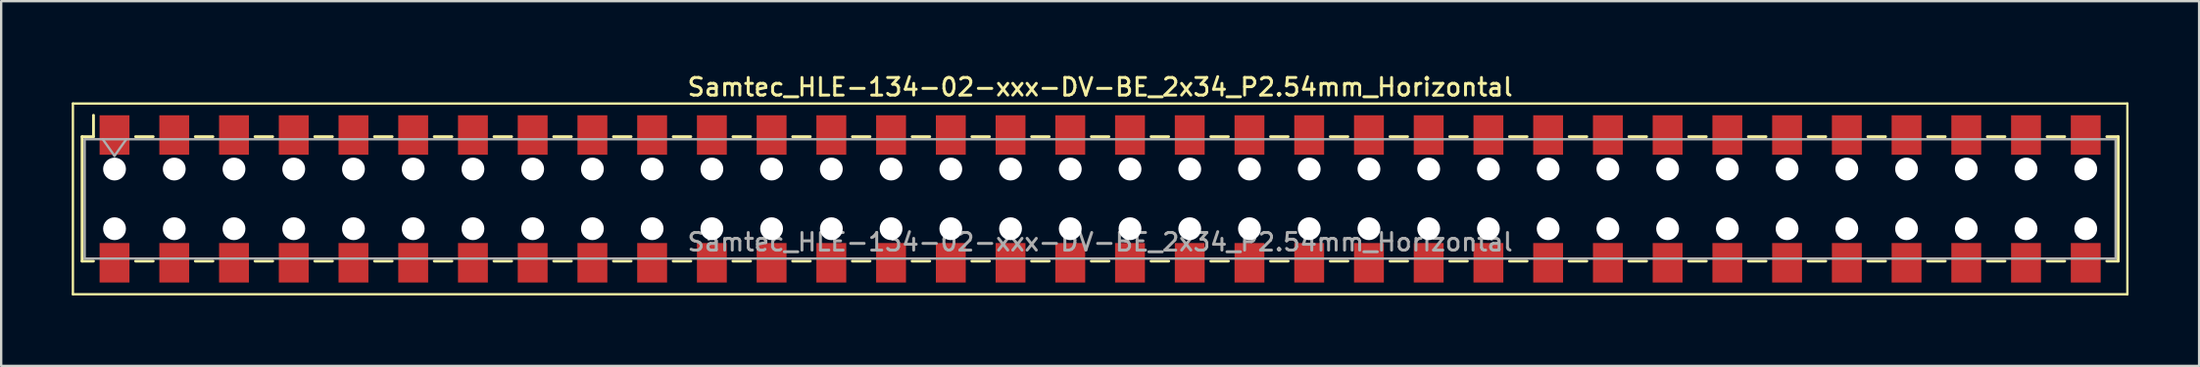
<source format=kicad_pcb>
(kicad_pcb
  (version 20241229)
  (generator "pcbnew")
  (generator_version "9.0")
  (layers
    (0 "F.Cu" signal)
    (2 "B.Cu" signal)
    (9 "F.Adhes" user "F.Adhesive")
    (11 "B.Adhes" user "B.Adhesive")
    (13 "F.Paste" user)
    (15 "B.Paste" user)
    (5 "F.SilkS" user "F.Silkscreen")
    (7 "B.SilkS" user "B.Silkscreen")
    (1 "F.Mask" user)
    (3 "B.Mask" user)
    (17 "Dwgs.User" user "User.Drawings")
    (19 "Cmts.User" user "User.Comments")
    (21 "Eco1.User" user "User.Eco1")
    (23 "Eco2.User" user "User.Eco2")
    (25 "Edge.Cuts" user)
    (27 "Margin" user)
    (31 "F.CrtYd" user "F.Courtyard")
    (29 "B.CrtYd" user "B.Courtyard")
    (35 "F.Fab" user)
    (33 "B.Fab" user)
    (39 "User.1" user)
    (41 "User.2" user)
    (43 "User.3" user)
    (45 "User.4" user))
  (footprint "Samtec_HLE-134-02-xxx-DV-BE_2x34_P2.54mm_Horizontal"
    (layer "F.Cu")
    (at 43.73 5.418)
    (property "Reference" "Samtec_HLE-134-02-xxx-DV-BE_2x34_P2.54mm_Horizontal" (at 0 -4.76 0) (layer "F.SilkS") (effects (font (size 0.75 0.75) (thickness 0.125))))
    (attr smd)
    (fp_line (start -43.68 -4.06) (end 43.68 -4.06) (stroke (width 0.1) (type solid)) (layer "F.SilkS"))
    (fp_line (start -43.68 4.06) (end -43.68 -4.06) (stroke (width 0.1) (type solid)) (layer "F.SilkS"))
    (fp_line (start -43.29 -2.65) (end -43.29 2.65) (stroke (width 0.12) (type solid)) (layer "F.SilkS"))
    (fp_line (start -43.29 2.65) (end -42.805 2.65) (stroke (width 0.12) (type solid)) (layer "F.SilkS"))
    (fp_line (start -42.805 -3.56) (end -42.805 -2.65) (stroke (width 0.12) (type solid)) (layer "F.SilkS"))
    (fp_line (start -42.805 -2.65) (end -43.29 -2.65) (stroke (width 0.12) (type solid)) (layer "F.SilkS"))
    (fp_line (start -41.015 -2.65) (end -40.265 -2.65) (stroke (width 0.12) (type solid)) (layer "F.SilkS"))
    (fp_line (start -41.015 2.65) (end -40.265 2.65) (stroke (width 0.12) (type solid)) (layer "F.SilkS"))
    (fp_line (start -38.475 -2.65) (end -37.725 -2.65) (stroke (width 0.12) (type solid)) (layer "F.SilkS"))
    (fp_line (start -38.475 2.65) (end -37.725 2.65) (stroke (width 0.12) (type solid)) (layer "F.SilkS"))
    (fp_line (start -35.935 -2.65) (end -35.185 -2.65) (stroke (width 0.12) (type solid)) (layer "F.SilkS"))
    (fp_line (start -35.935 2.65) (end -35.185 2.65) (stroke (width 0.12) (type solid)) (layer "F.SilkS"))
    (fp_line (start -33.395 -2.65) (end -32.645 -2.65) (stroke (width 0.12) (type solid)) (layer "F.SilkS"))
    (fp_line (start -33.395 2.65) (end -32.645 2.65) (stroke (width 0.12) (type solid)) (layer "F.SilkS"))
    (fp_line (start -30.855 -2.65) (end -30.105 -2.65) (stroke (width 0.12) (type solid)) (layer "F.SilkS"))
    (fp_line (start -30.855 2.65) (end -30.105 2.65) (stroke (width 0.12) (type solid)) (layer "F.SilkS"))
    (fp_line (start -28.315 -2.65) (end -27.565 -2.65) (stroke (width 0.12) (type solid)) (layer "F.SilkS"))
    (fp_line (start -28.315 2.65) (end -27.565 2.65) (stroke (width 0.12) (type solid)) (layer "F.SilkS"))
    (fp_line (start -25.775 -2.65) (end -25.025 -2.65) (stroke (width 0.12) (type solid)) (layer "F.SilkS"))
    (fp_line (start -25.775 2.65) (end -25.025 2.65) (stroke (width 0.12) (type solid)) (layer "F.SilkS"))
    (fp_line (start -23.235 -2.65) (end -22.485 -2.65) (stroke (width 0.12) (type solid)) (layer "F.SilkS"))
    (fp_line (start -23.235 2.65) (end -22.485 2.65) (stroke (width 0.12) (type solid)) (layer "F.SilkS"))
    (fp_line (start -20.695 -2.65) (end -19.945 -2.65) (stroke (width 0.12) (type solid)) (layer "F.SilkS"))
    (fp_line (start -20.695 2.65) (end -19.945 2.65) (stroke (width 0.12) (type solid)) (layer "F.SilkS"))
    (fp_line (start -18.155 -2.65) (end -17.405 -2.65) (stroke (width 0.12) (type solid)) (layer "F.SilkS"))
    (fp_line (start -18.155 2.65) (end -17.405 2.65) (stroke (width 0.12) (type solid)) (layer "F.SilkS"))
    (fp_line (start -15.615 -2.65) (end -14.865 -2.65) (stroke (width 0.12) (type solid)) (layer "F.SilkS"))
    (fp_line (start -15.615 2.65) (end -14.865 2.65) (stroke (width 0.12) (type solid)) (layer "F.SilkS"))
    (fp_line (start -13.075 -2.65) (end -12.325 -2.65) (stroke (width 0.12) (type solid)) (layer "F.SilkS"))
    (fp_line (start -13.075 2.65) (end -12.325 2.65) (stroke (width 0.12) (type solid)) (layer "F.SilkS"))
    (fp_line (start -10.535 -2.65) (end -9.785 -2.65) (stroke (width 0.12) (type solid)) (layer "F.SilkS"))
    (fp_line (start -10.535 2.65) (end -9.785 2.65) (stroke (width 0.12) (type solid)) (layer "F.SilkS"))
    (fp_line (start -7.995 -2.65) (end -7.245 -2.65) (stroke (width 0.12) (type solid)) (layer "F.SilkS"))
    (fp_line (start -7.995 2.65) (end -7.245 2.65) (stroke (width 0.12) (type solid)) (layer "F.SilkS"))
    (fp_line (start -5.455 -2.65) (end -4.705 -2.65) (stroke (width 0.12) (type solid)) (layer "F.SilkS"))
    (fp_line (start -5.455 2.65) (end -4.705 2.65) (stroke (width 0.12) (type solid)) (layer "F.SilkS"))
    (fp_line (start -2.915 -2.65) (end -2.165 -2.65) (stroke (width 0.12) (type solid)) (layer "F.SilkS"))
    (fp_line (start -2.915 2.65) (end -2.165 2.65) (stroke (width 0.12) (type solid)) (layer "F.SilkS"))
    (fp_line (start -0.375 -2.65) (end 0.375 -2.65) (stroke (width 0.12) (type solid)) (layer "F.SilkS"))
    (fp_line (start -0.375 2.65) (end 0.375 2.65) (stroke (width 0.12) (type solid)) (layer "F.SilkS"))
    (fp_line (start 2.165 -2.65) (end 2.915 -2.65) (stroke (width 0.12) (type solid)) (layer "F.SilkS"))
    (fp_line (start 2.165 2.65) (end 2.915 2.65) (stroke (width 0.12) (type solid)) (layer "F.SilkS"))
    (fp_line (start 4.705 -2.65) (end 5.455 -2.65) (stroke (width 0.12) (type solid)) (layer "F.SilkS"))
    (fp_line (start 4.705 2.65) (end 5.455 2.65) (stroke (width 0.12) (type solid)) (layer "F.SilkS"))
    (fp_line (start 7.245 -2.65) (end 7.995 -2.65) (stroke (width 0.12) (type solid)) (layer "F.SilkS"))
    (fp_line (start 7.245 2.65) (end 7.995 2.65) (stroke (width 0.12) (type solid)) (layer "F.SilkS"))
    (fp_line (start 9.785 -2.65) (end 10.535 -2.65) (stroke (width 0.12) (type solid)) (layer "F.SilkS"))
    (fp_line (start 9.785 2.65) (end 10.535 2.65) (stroke (width 0.12) (type solid)) (layer "F.SilkS"))
    (fp_line (start 12.325 -2.65) (end 13.075 -2.65) (stroke (width 0.12) (type solid)) (layer "F.SilkS"))
    (fp_line (start 12.325 2.65) (end 13.075 2.65) (stroke (width 0.12) (type solid)) (layer "F.SilkS"))
    (fp_line (start 14.865 -2.65) (end 15.615 -2.65) (stroke (width 0.12) (type solid)) (layer "F.SilkS"))
    (fp_line (start 14.865 2.65) (end 15.615 2.65) (stroke (width 0.12) (type solid)) (layer "F.SilkS"))
    (fp_line (start 17.405 -2.65) (end 18.155 -2.65) (stroke (width 0.12) (type solid)) (layer "F.SilkS"))
    (fp_line (start 17.405 2.65) (end 18.155 2.65) (stroke (width 0.12) (type solid)) (layer "F.SilkS"))
    (fp_line (start 19.945 -2.65) (end 20.695 -2.65) (stroke (width 0.12) (type solid)) (layer "F.SilkS"))
    (fp_line (start 19.945 2.65) (end 20.695 2.65) (stroke (width 0.12) (type solid)) (layer "F.SilkS"))
    (fp_line (start 22.485 -2.65) (end 23.235 -2.65) (stroke (width 0.12) (type solid)) (layer "F.SilkS"))
    (fp_line (start 22.485 2.65) (end 23.235 2.65) (stroke (width 0.12) (type solid)) (layer "F.SilkS"))
    (fp_line (start 25.025 -2.65) (end 25.775 -2.65) (stroke (width 0.12) (type solid)) (layer "F.SilkS"))
    (fp_line (start 25.025 2.65) (end 25.775 2.65) (stroke (width 0.12) (type solid)) (layer "F.SilkS"))
    (fp_line (start 27.565 -2.65) (end 28.315 -2.65) (stroke (width 0.12) (type solid)) (layer "F.SilkS"))
    (fp_line (start 27.565 2.65) (end 28.315 2.65) (stroke (width 0.12) (type solid)) (layer "F.SilkS"))
    (fp_line (start 30.105 -2.65) (end 30.855 -2.65) (stroke (width 0.12) (type solid)) (layer "F.SilkS"))
    (fp_line (start 30.105 2.65) (end 30.855 2.65) (stroke (width 0.12) (type solid)) (layer "F.SilkS"))
    (fp_line (start 32.645 -2.65) (end 33.395 -2.65) (stroke (width 0.12) (type solid)) (layer "F.SilkS"))
    (fp_line (start 32.645 2.65) (end 33.395 2.65) (stroke (width 0.12) (type solid)) (layer "F.SilkS"))
    (fp_line (start 35.185 -2.65) (end 35.935 -2.65) (stroke (width 0.12) (type solid)) (layer "F.SilkS"))
    (fp_line (start 35.185 2.65) (end 35.935 2.65) (stroke (width 0.12) (type solid)) (layer "F.SilkS"))
    (fp_line (start 37.725 -2.65) (end 38.475 -2.65) (stroke (width 0.12) (type solid)) (layer "F.SilkS"))
    (fp_line (start 37.725 2.65) (end 38.475 2.65) (stroke (width 0.12) (type solid)) (layer "F.SilkS"))
    (fp_line (start 40.265 -2.65) (end 41.015 -2.65) (stroke (width 0.12) (type solid)) (layer "F.SilkS"))
    (fp_line (start 40.265 2.65) (end 41.015 2.65) (stroke (width 0.12) (type solid)) (layer "F.SilkS"))
    (fp_line (start 42.805 -2.65) (end 43.29 -2.65) (stroke (width 0.12) (type solid)) (layer "F.SilkS"))
    (fp_line (start 43.29 -2.65) (end 43.29 2.65) (stroke (width 0.12) (type solid)) (layer "F.SilkS"))
    (fp_line (start 43.29 2.65) (end 42.805 2.65) (stroke (width 0.12) (type solid)) (layer "F.SilkS"))
    (fp_line (start 43.68 -4.06) (end 43.68 4.06) (stroke (width 0.1) (type solid)) (layer "F.SilkS"))
    (fp_line (start 43.68 4.06) (end -43.68 4.06) (stroke (width 0.1) (type solid)) (layer "F.SilkS"))
    (fp_line (start -43.18 -2.54) (end 43.18 -2.54) (stroke (width 0.1) (type solid)) (layer "F.Fab"))
    (fp_line (start -43.18 2.54) (end -43.18 -2.54) (stroke (width 0.1) (type solid)) (layer "F.Fab"))
    (fp_line (start -42.41 -2.54) (end -41.91 -1.833) (stroke (width 0.1) (type solid)) (layer "F.Fab"))
    (fp_line (start -41.91 -1.833) (end -41.41 -2.54) (stroke (width 0.1) (type solid)) (layer "F.Fab"))
    (fp_line (start 43.18 -2.54) (end 43.18 2.54) (stroke (width 0.1) (type solid)) (layer "F.Fab"))
    (fp_line (start 43.18 2.54) (end -43.18 2.54) (stroke (width 0.1) (type solid)) (layer "F.Fab"))
    (fp_text user "${REFERENCE}" (at 0 1.84 0) (layer "F.Fab") (effects (font (size 0.75 0.75) (thickness 0.125))))
    (pad "" np_thru_hole circle (at -41.91 -1.27) (size 0.97 0.97) (drill 0.97) (layers "*.Cu" "*.Mask"))
    (pad "" np_thru_hole circle (at -41.91 1.27) (size 0.97 0.97) (drill 0.97) (layers "*.Cu" "*.Mask"))
    (pad "" np_thru_hole circle (at -39.37 -1.27) (size 0.97 0.97) (drill 0.97) (layers "*.Cu" "*.Mask"))
    (pad "" np_thru_hole circle (at -39.37 1.27) (size 0.97 0.97) (drill 0.97) (layers "*.Cu" "*.Mask"))
    (pad "" np_thru_hole circle (at -36.83 -1.27) (size 0.97 0.97) (drill 0.97) (layers "*.Cu" "*.Mask"))
    (pad "" np_thru_hole circle (at -36.83 1.27) (size 0.97 0.97) (drill 0.97) (layers "*.Cu" "*.Mask"))
    (pad "" np_thru_hole circle (at -34.29 -1.27) (size 0.97 0.97) (drill 0.97) (layers "*.Cu" "*.Mask"))
    (pad "" np_thru_hole circle (at -34.29 1.27) (size 0.97 0.97) (drill 0.97) (layers "*.Cu" "*.Mask"))
    (pad "" np_thru_hole circle (at -31.75 -1.27) (size 0.97 0.97) (drill 0.97) (layers "*.Cu" "*.Mask"))
    (pad "" np_thru_hole circle (at -31.75 1.27) (size 0.97 0.97) (drill 0.97) (layers "*.Cu" "*.Mask"))
    (pad "" np_thru_hole circle (at -29.21 -1.27) (size 0.97 0.97) (drill 0.97) (layers "*.Cu" "*.Mask"))
    (pad "" np_thru_hole circle (at -29.21 1.27) (size 0.97 0.97) (drill 0.97) (layers "*.Cu" "*.Mask"))
    (pad "" np_thru_hole circle (at -26.67 -1.27) (size 0.97 0.97) (drill 0.97) (layers "*.Cu" "*.Mask"))
    (pad "" np_thru_hole circle (at -26.67 1.27) (size 0.97 0.97) (drill 0.97) (layers "*.Cu" "*.Mask"))
    (pad "" np_thru_hole circle (at -24.13 -1.27) (size 0.97 0.97) (drill 0.97) (layers "*.Cu" "*.Mask"))
    (pad "" np_thru_hole circle (at -24.13 1.27) (size 0.97 0.97) (drill 0.97) (layers "*.Cu" "*.Mask"))
    (pad "" np_thru_hole circle (at -21.59 -1.27) (size 0.97 0.97) (drill 0.97) (layers "*.Cu" "*.Mask"))
    (pad "" np_thru_hole circle (at -21.59 1.27) (size 0.97 0.97) (drill 0.97) (layers "*.Cu" "*.Mask"))
    (pad "" np_thru_hole circle (at -19.05 -1.27) (size 0.97 0.97) (drill 0.97) (layers "*.Cu" "*.Mask"))
    (pad "" np_thru_hole circle (at -19.05 1.27) (size 0.97 0.97) (drill 0.97) (layers "*.Cu" "*.Mask"))
    (pad "" np_thru_hole circle (at -16.51 -1.27) (size 0.97 0.97) (drill 0.97) (layers "*.Cu" "*.Mask"))
    (pad "" np_thru_hole circle (at -16.51 1.27) (size 0.97 0.97) (drill 0.97) (layers "*.Cu" "*.Mask"))
    (pad "" np_thru_hole circle (at -13.97 -1.27) (size 0.97 0.97) (drill 0.97) (layers "*.Cu" "*.Mask"))
    (pad "" np_thru_hole circle (at -13.97 1.27) (size 0.97 0.97) (drill 0.97) (layers "*.Cu" "*.Mask"))
    (pad "" np_thru_hole circle (at -11.43 -1.27) (size 0.97 0.97) (drill 0.97) (layers "*.Cu" "*.Mask"))
    (pad "" np_thru_hole circle (at -11.43 1.27) (size 0.97 0.97) (drill 0.97) (layers "*.Cu" "*.Mask"))
    (pad "" np_thru_hole circle (at -8.89 -1.27) (size 0.97 0.97) (drill 0.97) (layers "*.Cu" "*.Mask"))
    (pad "" np_thru_hole circle (at -8.89 1.27) (size 0.97 0.97) (drill 0.97) (layers "*.Cu" "*.Mask"))
    (pad "" np_thru_hole circle (at -6.35 -1.27) (size 0.97 0.97) (drill 0.97) (layers "*.Cu" "*.Mask"))
    (pad "" np_thru_hole circle (at -6.35 1.27) (size 0.97 0.97) (drill 0.97) (layers "*.Cu" "*.Mask"))
    (pad "" np_thru_hole circle (at -3.81 -1.27) (size 0.97 0.97) (drill 0.97) (layers "*.Cu" "*.Mask"))
    (pad "" np_thru_hole circle (at -3.81 1.27) (size 0.97 0.97) (drill 0.97) (layers "*.Cu" "*.Mask"))
    (pad "" np_thru_hole circle (at -1.27 -1.27) (size 0.97 0.97) (drill 0.97) (layers "*.Cu" "*.Mask"))
    (pad "" np_thru_hole circle (at -1.27 1.27) (size 0.97 0.97) (drill 0.97) (layers "*.Cu" "*.Mask"))
    (pad "" np_thru_hole circle (at 1.27 -1.27) (size 0.97 0.97) (drill 0.97) (layers "*.Cu" "*.Mask"))
    (pad "" np_thru_hole circle (at 1.27 1.27) (size 0.97 0.97) (drill 0.97) (layers "*.Cu" "*.Mask"))
    (pad "" np_thru_hole circle (at 3.81 -1.27) (size 0.97 0.97) (drill 0.97) (layers "*.Cu" "*.Mask"))
    (pad "" np_thru_hole circle (at 3.81 1.27) (size 0.97 0.97) (drill 0.97) (layers "*.Cu" "*.Mask"))
    (pad "" np_thru_hole circle (at 6.35 -1.27) (size 0.97 0.97) (drill 0.97) (layers "*.Cu" "*.Mask"))
    (pad "" np_thru_hole circle (at 6.35 1.27) (size 0.97 0.97) (drill 0.97) (layers "*.Cu" "*.Mask"))
    (pad "" np_thru_hole circle (at 8.89 -1.27) (size 0.97 0.97) (drill 0.97) (layers "*.Cu" "*.Mask"))
    (pad "" np_thru_hole circle (at 8.89 1.27) (size 0.97 0.97) (drill 0.97) (layers "*.Cu" "*.Mask"))
    (pad "" np_thru_hole circle (at 11.43 -1.27) (size 0.97 0.97) (drill 0.97) (layers "*.Cu" "*.Mask"))
    (pad "" np_thru_hole circle (at 11.43 1.27) (size 0.97 0.97) (drill 0.97) (layers "*.Cu" "*.Mask"))
    (pad "" np_thru_hole circle (at 13.97 -1.27) (size 0.97 0.97) (drill 0.97) (layers "*.Cu" "*.Mask"))
    (pad "" np_thru_hole circle (at 13.97 1.27) (size 0.97 0.97) (drill 0.97) (layers "*.Cu" "*.Mask"))
    (pad "" np_thru_hole circle (at 16.51 -1.27) (size 0.97 0.97) (drill 0.97) (layers "*.Cu" "*.Mask"))
    (pad "" np_thru_hole circle (at 16.51 1.27) (size 0.97 0.97) (drill 0.97) (layers "*.Cu" "*.Mask"))
    (pad "" np_thru_hole circle (at 19.05 -1.27) (size 0.97 0.97) (drill 0.97) (layers "*.Cu" "*.Mask"))
    (pad "" np_thru_hole circle (at 19.05 1.27) (size 0.97 0.97) (drill 0.97) (layers "*.Cu" "*.Mask"))
    (pad "" np_thru_hole circle (at 21.59 -1.27) (size 0.97 0.97) (drill 0.97) (layers "*.Cu" "*.Mask"))
    (pad "" np_thru_hole circle (at 21.59 1.27) (size 0.97 0.97) (drill 0.97) (layers "*.Cu" "*.Mask"))
    (pad "" np_thru_hole circle (at 24.13 -1.27) (size 0.97 0.97) (drill 0.97) (layers "*.Cu" "*.Mask"))
    (pad "" np_thru_hole circle (at 24.13 1.27) (size 0.97 0.97) (drill 0.97) (layers "*.Cu" "*.Mask"))
    (pad "" np_thru_hole circle (at 26.67 -1.27) (size 0.97 0.97) (drill 0.97) (layers "*.Cu" "*.Mask"))
    (pad "" np_thru_hole circle (at 26.67 1.27) (size 0.97 0.97) (drill 0.97) (layers "*.Cu" "*.Mask"))
    (pad "" np_thru_hole circle (at 29.21 -1.27) (size 0.97 0.97) (drill 0.97) (layers "*.Cu" "*.Mask"))
    (pad "" np_thru_hole circle (at 29.21 1.27) (size 0.97 0.97) (drill 0.97) (layers "*.Cu" "*.Mask"))
    (pad "" np_thru_hole circle (at 31.75 -1.27) (size 0.97 0.97) (drill 0.97) (layers "*.Cu" "*.Mask"))
    (pad "" np_thru_hole circle (at 31.75 1.27) (size 0.97 0.97) (drill 0.97) (layers "*.Cu" "*.Mask"))
    (pad "" np_thru_hole circle (at 34.29 -1.27) (size 0.97 0.97) (drill 0.97) (layers "*.Cu" "*.Mask"))
    (pad "" np_thru_hole circle (at 34.29 1.27) (size 0.97 0.97) (drill 0.97) (layers "*.Cu" "*.Mask"))
    (pad "" np_thru_hole circle (at 36.83 -1.27) (size 0.97 0.97) (drill 0.97) (layers "*.Cu" "*.Mask"))
    (pad "" np_thru_hole circle (at 36.83 1.27) (size 0.97 0.97) (drill 0.97) (layers "*.Cu" "*.Mask"))
    (pad "" np_thru_hole circle (at 39.37 -1.27) (size 0.97 0.97) (drill 0.97) (layers "*.Cu" "*.Mask"))
    (pad "" np_thru_hole circle (at 39.37 1.27) (size 0.97 0.97) (drill 0.97) (layers "*.Cu" "*.Mask"))
    (pad "" np_thru_hole circle (at 41.91 -1.27) (size 0.97 0.97) (drill 0.97) (layers "*.Cu" "*.Mask"))
    (pad "" np_thru_hole circle (at 41.91 1.27) (size 0.97 0.97) (drill 0.97) (layers "*.Cu" "*.Mask"))
    (pad "1" smd rect (at -41.91 -2.72) (size 1.27 1.68) (layers "F.Cu" "F.Mask" "F.Paste"))
    (pad "2" smd rect (at -41.91 2.72) (size 1.27 1.68) (layers "F.Cu" "F.Mask" "F.Paste"))
    (pad "3" smd rect (at -39.37 -2.72) (size 1.27 1.68) (layers "F.Cu" "F.Mask" "F.Paste"))
    (pad "4" smd rect (at -39.37 2.72) (size 1.27 1.68) (layers "F.Cu" "F.Mask" "F.Paste"))
    (pad "5" smd rect (at -36.83 -2.72) (size 1.27 1.68) (layers "F.Cu" "F.Mask" "F.Paste"))
    (pad "6" smd rect (at -36.83 2.72) (size 1.27 1.68) (layers "F.Cu" "F.Mask" "F.Paste"))
    (pad "7" smd rect (at -34.29 -2.72) (size 1.27 1.68) (layers "F.Cu" "F.Mask" "F.Paste"))
    (pad "8" smd rect (at -34.29 2.72) (size 1.27 1.68) (layers "F.Cu" "F.Mask" "F.Paste"))
    (pad "9" smd rect (at -31.75 -2.72) (size 1.27 1.68) (layers "F.Cu" "F.Mask" "F.Paste"))
    (pad "10" smd rect (at -31.75 2.72) (size 1.27 1.68) (layers "F.Cu" "F.Mask" "F.Paste"))
    (pad "11" smd rect (at -29.21 -2.72) (size 1.27 1.68) (layers "F.Cu" "F.Mask" "F.Paste"))
    (pad "12" smd rect (at -29.21 2.72) (size 1.27 1.68) (layers "F.Cu" "F.Mask" "F.Paste"))
    (pad "13" smd rect (at -26.67 -2.72) (size 1.27 1.68) (layers "F.Cu" "F.Mask" "F.Paste"))
    (pad "14" smd rect (at -26.67 2.72) (size 1.27 1.68) (layers "F.Cu" "F.Mask" "F.Paste"))
    (pad "15" smd rect (at -24.13 -2.72) (size 1.27 1.68) (layers "F.Cu" "F.Mask" "F.Paste"))
    (pad "16" smd rect (at -24.13 2.72) (size 1.27 1.68) (layers "F.Cu" "F.Mask" "F.Paste"))
    (pad "17" smd rect (at -21.59 -2.72) (size 1.27 1.68) (layers "F.Cu" "F.Mask" "F.Paste"))
    (pad "18" smd rect (at -21.59 2.72) (size 1.27 1.68) (layers "F.Cu" "F.Mask" "F.Paste"))
    (pad "19" smd rect (at -19.05 -2.72) (size 1.27 1.68) (layers "F.Cu" "F.Mask" "F.Paste"))
    (pad "20" smd rect (at -19.05 2.72) (size 1.27 1.68) (layers "F.Cu" "F.Mask" "F.Paste"))
    (pad "21" smd rect (at -16.51 -2.72) (size 1.27 1.68) (layers "F.Cu" "F.Mask" "F.Paste"))
    (pad "22" smd rect (at -16.51 2.72) (size 1.27 1.68) (layers "F.Cu" "F.Mask" "F.Paste"))
    (pad "23" smd rect (at -13.97 -2.72) (size 1.27 1.68) (layers "F.Cu" "F.Mask" "F.Paste"))
    (pad "24" smd rect (at -13.97 2.72) (size 1.27 1.68) (layers "F.Cu" "F.Mask" "F.Paste"))
    (pad "25" smd rect (at -11.43 -2.72) (size 1.27 1.68) (layers "F.Cu" "F.Mask" "F.Paste"))
    (pad "26" smd rect (at -11.43 2.72) (size 1.27 1.68) (layers "F.Cu" "F.Mask" "F.Paste"))
    (pad "27" smd rect (at -8.89 -2.72) (size 1.27 1.68) (layers "F.Cu" "F.Mask" "F.Paste"))
    (pad "28" smd rect (at -8.89 2.72) (size 1.27 1.68) (layers "F.Cu" "F.Mask" "F.Paste"))
    (pad "29" smd rect (at -6.35 -2.72) (size 1.27 1.68) (layers "F.Cu" "F.Mask" "F.Paste"))
    (pad "30" smd rect (at -6.35 2.72) (size 1.27 1.68) (layers "F.Cu" "F.Mask" "F.Paste"))
    (pad "31" smd rect (at -3.81 -2.72) (size 1.27 1.68) (layers "F.Cu" "F.Mask" "F.Paste"))
    (pad "32" smd rect (at -3.81 2.72) (size 1.27 1.68) (layers "F.Cu" "F.Mask" "F.Paste"))
    (pad "33" smd rect (at -1.27 -2.72) (size 1.27 1.68) (layers "F.Cu" "F.Mask" "F.Paste"))
    (pad "34" smd rect (at -1.27 2.72) (size 1.27 1.68) (layers "F.Cu" "F.Mask" "F.Paste"))
    (pad "35" smd rect (at 1.27 -2.72) (size 1.27 1.68) (layers "F.Cu" "F.Mask" "F.Paste"))
    (pad "36" smd rect (at 1.27 2.72) (size 1.27 1.68) (layers "F.Cu" "F.Mask" "F.Paste"))
    (pad "37" smd rect (at 3.81 -2.72) (size 1.27 1.68) (layers "F.Cu" "F.Mask" "F.Paste"))
    (pad "38" smd rect (at 3.81 2.72) (size 1.27 1.68) (layers "F.Cu" "F.Mask" "F.Paste"))
    (pad "39" smd rect (at 6.35 -2.72) (size 1.27 1.68) (layers "F.Cu" "F.Mask" "F.Paste"))
    (pad "40" smd rect (at 6.35 2.72) (size 1.27 1.68) (layers "F.Cu" "F.Mask" "F.Paste"))
    (pad "41" smd rect (at 8.89 -2.72) (size 1.27 1.68) (layers "F.Cu" "F.Mask" "F.Paste"))
    (pad "42" smd rect (at 8.89 2.72) (size 1.27 1.68) (layers "F.Cu" "F.Mask" "F.Paste"))
    (pad "43" smd rect (at 11.43 -2.72) (size 1.27 1.68) (layers "F.Cu" "F.Mask" "F.Paste"))
    (pad "44" smd rect (at 11.43 2.72) (size 1.27 1.68) (layers "F.Cu" "F.Mask" "F.Paste"))
    (pad "45" smd rect (at 13.97 -2.72) (size 1.27 1.68) (layers "F.Cu" "F.Mask" "F.Paste"))
    (pad "46" smd rect (at 13.97 2.72) (size 1.27 1.68) (layers "F.Cu" "F.Mask" "F.Paste"))
    (pad "47" smd rect (at 16.51 -2.72) (size 1.27 1.68) (layers "F.Cu" "F.Mask" "F.Paste"))
    (pad "48" smd rect (at 16.51 2.72) (size 1.27 1.68) (layers "F.Cu" "F.Mask" "F.Paste"))
    (pad "49" smd rect (at 19.05 -2.72) (size 1.27 1.68) (layers "F.Cu" "F.Mask" "F.Paste"))
    (pad "50" smd rect (at 19.05 2.72) (size 1.27 1.68) (layers "F.Cu" "F.Mask" "F.Paste"))
    (pad "51" smd rect (at 21.59 -2.72) (size 1.27 1.68) (layers "F.Cu" "F.Mask" "F.Paste"))
    (pad "52" smd rect (at 21.59 2.72) (size 1.27 1.68) (layers "F.Cu" "F.Mask" "F.Paste"))
    (pad "53" smd rect (at 24.13 -2.72) (size 1.27 1.68) (layers "F.Cu" "F.Mask" "F.Paste"))
    (pad "54" smd rect (at 24.13 2.72) (size 1.27 1.68) (layers "F.Cu" "F.Mask" "F.Paste"))
    (pad "55" smd rect (at 26.67 -2.72) (size 1.27 1.68) (layers "F.Cu" "F.Mask" "F.Paste"))
    (pad "56" smd rect (at 26.67 2.72) (size 1.27 1.68) (layers "F.Cu" "F.Mask" "F.Paste"))
    (pad "57" smd rect (at 29.21 -2.72) (size 1.27 1.68) (layers "F.Cu" "F.Mask" "F.Paste"))
    (pad "58" smd rect (at 29.21 2.72) (size 1.27 1.68) (layers "F.Cu" "F.Mask" "F.Paste"))
    (pad "59" smd rect (at 31.75 -2.72) (size 1.27 1.68) (layers "F.Cu" "F.Mask" "F.Paste"))
    (pad "60" smd rect (at 31.75 2.72) (size 1.27 1.68) (layers "F.Cu" "F.Mask" "F.Paste"))
    (pad "61" smd rect (at 34.29 -2.72) (size 1.27 1.68) (layers "F.Cu" "F.Mask" "F.Paste"))
    (pad "62" smd rect (at 34.29 2.72) (size 1.27 1.68) (layers "F.Cu" "F.Mask" "F.Paste"))
    (pad "63" smd rect (at 36.83 -2.72) (size 1.27 1.68) (layers "F.Cu" "F.Mask" "F.Paste"))
    (pad "64" smd rect (at 36.83 2.72) (size 1.27 1.68) (layers "F.Cu" "F.Mask" "F.Paste"))
    (pad "65" smd rect (at 39.37 -2.72) (size 1.27 1.68) (layers "F.Cu" "F.Mask" "F.Paste"))
    (pad "66" smd rect (at 39.37 2.72) (size 1.27 1.68) (layers "F.Cu" "F.Mask" "F.Paste"))
    (pad "67" smd rect (at 41.91 -2.72) (size 1.27 1.68) (layers "F.Cu" "F.Mask" "F.Paste"))
    (pad "68" smd rect (at 41.91 2.72) (size 1.27 1.68) (layers "F.Cu" "F.Mask" "F.Paste")))
  (gr_rect
    (start -3 -3)
    (end 90.46 12.528)
    (stroke (width 0.1) (type default))
    (fill no)
    (layer "Edge.Cuts")))
</source>
